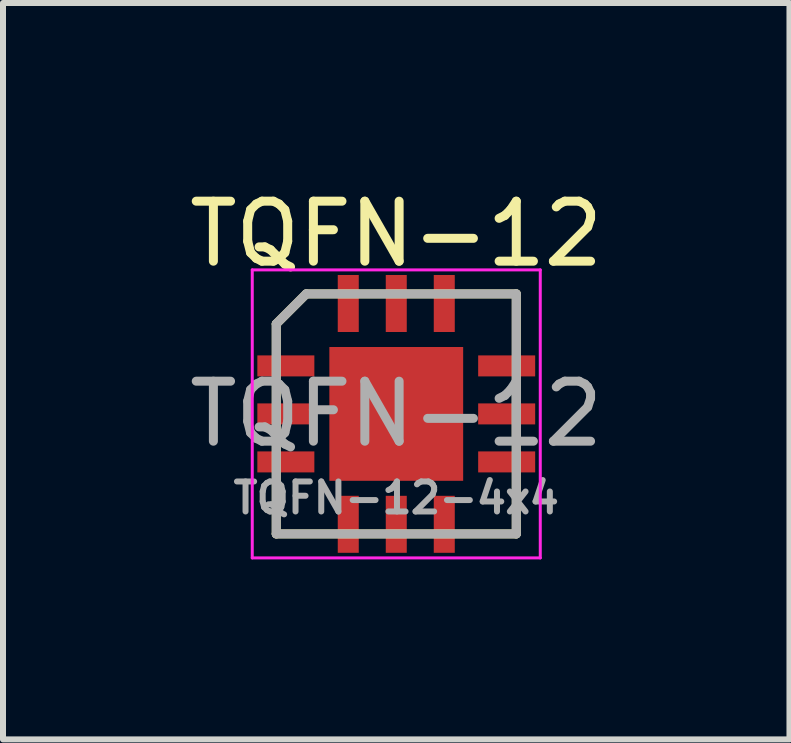
<source format=kicad_pcb>
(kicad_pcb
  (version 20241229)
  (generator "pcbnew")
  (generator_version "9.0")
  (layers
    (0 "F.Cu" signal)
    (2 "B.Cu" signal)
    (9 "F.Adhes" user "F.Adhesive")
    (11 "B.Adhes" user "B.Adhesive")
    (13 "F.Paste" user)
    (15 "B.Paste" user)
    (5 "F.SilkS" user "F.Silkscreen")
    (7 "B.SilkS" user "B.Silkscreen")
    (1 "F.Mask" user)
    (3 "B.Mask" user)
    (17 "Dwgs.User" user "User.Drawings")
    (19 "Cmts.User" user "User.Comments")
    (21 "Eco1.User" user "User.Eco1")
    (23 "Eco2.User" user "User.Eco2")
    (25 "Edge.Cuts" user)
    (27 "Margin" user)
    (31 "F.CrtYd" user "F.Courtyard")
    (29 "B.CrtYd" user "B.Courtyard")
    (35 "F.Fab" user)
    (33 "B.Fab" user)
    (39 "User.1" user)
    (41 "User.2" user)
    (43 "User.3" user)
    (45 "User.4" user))
  (footprint "TQFN-12"
    (layer "F.Cu")
    (at 3.554 3.848)
    (property "Reference" "TQFN-12" (at 0 -3 0) (layer "F.SilkS") (effects (font (size 1 1) (thickness 0.15))))
    (property "Value" "TQFN-12-4x4" (at 0 3.2 0) (layer "F.Fab") (hide yes) (effects (font (size 1 1) (thickness 0.15))))
    (attr through_hole)
    (fp_line (start -2 -1.5) (end -2 2) (stroke (width 0.15) (type solid)) (layer "F.SilkS"))
    (fp_line (start -2 2) (end 2 2) (stroke (width 0.15) (type solid)) (layer "F.SilkS"))
    (fp_line (start -1.5 -2) (end -2 -1.5) (stroke (width 0.15) (type solid)) (layer "F.SilkS"))
    (fp_line (start 2 -2) (end -1.5 -2) (stroke (width 0.15) (type solid)) (layer "F.SilkS"))
    (fp_line (start 2 2) (end 2 -2) (stroke (width 0.15) (type solid)) (layer "F.SilkS"))
    (fp_line (start -2.4 -2.4) (end -2.4 2.4) (stroke (width 0.05) (type solid)) (layer "F.CrtYd"))
    (fp_line (start -2.4 2.4) (end 2.4 2.4) (stroke (width 0.05) (type solid)) (layer "F.CrtYd"))
    (fp_line (start 2.4 -2.4) (end -2.4 -2.4) (stroke (width 0.05) (type solid)) (layer "F.CrtYd"))
    (fp_line (start 2.4 2.4) (end 2.4 -2.4) (stroke (width 0.05) (type solid)) (layer "F.CrtYd"))
    (fp_line (start -2 -1.5) (end -2 2) (stroke (width 0.15) (type solid)) (layer "F.Fab"))
    (fp_line (start -2 2) (end 2 2) (stroke (width 0.15) (type solid)) (layer "F.Fab"))
    (fp_line (start -1.5 -2) (end -2 -1.5) (stroke (width 0.15) (type solid)) (layer "F.Fab"))
    (fp_line (start 2 -2) (end -1.5 -2) (stroke (width 0.15) (type solid)) (layer "F.Fab"))
    (fp_line (start 2 2) (end 2 -2) (stroke (width 0.15) (type solid)) (layer "F.Fab"))
    (fp_text user "${VALUE}" (at 0 1.4 0) (layer "F.Fab") (effects (font (size 0.5 0.5) (thickness 0.1))))
    (fp_text user "${REFERENCE}" (at 0 0 0) (layer "F.Fab") (effects (font (size 1 1) (thickness 0.15))))
    (pad "1" smd rect (at -1.84 -0.8 90) (size 0.35 0.95) (layers "F.Cu" "F.Mask" "F.Paste"))
    (pad "2" smd rect (at -1.84 0 90) (size 0.35 0.95) (layers "F.Cu" "F.Mask" "F.Paste"))
    (pad "3" smd rect (at -1.84 0.8 90) (size 0.35 0.95) (layers "F.Cu" "F.Mask" "F.Paste"))
    (pad "4" smd rect (at -0.8 1.84) (size 0.35 0.95) (layers "F.Cu" "F.Mask" "F.Paste"))
    (pad "5" smd rect (at 0 1.84) (size 0.35 0.95) (layers "F.Cu" "F.Mask" "F.Paste"))
    (pad "6" smd rect (at 0.8 1.84) (size 0.35 0.95) (layers "F.Cu" "F.Mask" "F.Paste"))
    (pad "7" smd rect (at 1.84 0.8 90) (size 0.35 0.95) (layers "F.Cu" "F.Mask" "F.Paste"))
    (pad "8" smd rect (at 1.84 0 90) (size 0.35 0.95) (layers "F.Cu" "F.Mask" "F.Paste"))
    (pad "9" smd rect (at 1.84 -0.8 90) (size 0.35 0.95) (layers "F.Cu" "F.Mask" "F.Paste"))
    (pad "10" smd rect (at 0.8 -1.84) (size 0.35 0.95) (layers "F.Cu" "F.Mask" "F.Paste"))
    (pad "11" smd rect (at 0 -1.84) (size 0.35 0.95) (layers "F.Cu" "F.Mask" "F.Paste"))
    (pad "12" smd rect (at -0.8 -1.84) (size 0.35 0.95) (layers "F.Cu" "F.Mask" "F.Paste"))
    (pad "13" smd rect (at 0 0) (size 2.23 2.23) (layers "F.Cu" "F.Mask" "F.Paste")))
  (gr_rect
    (start -3 -3)
    (end 10.107 9.273)
    (stroke (width 0.1) (type default))
    (fill no)
    (layer "Edge.Cuts")))
</source>
